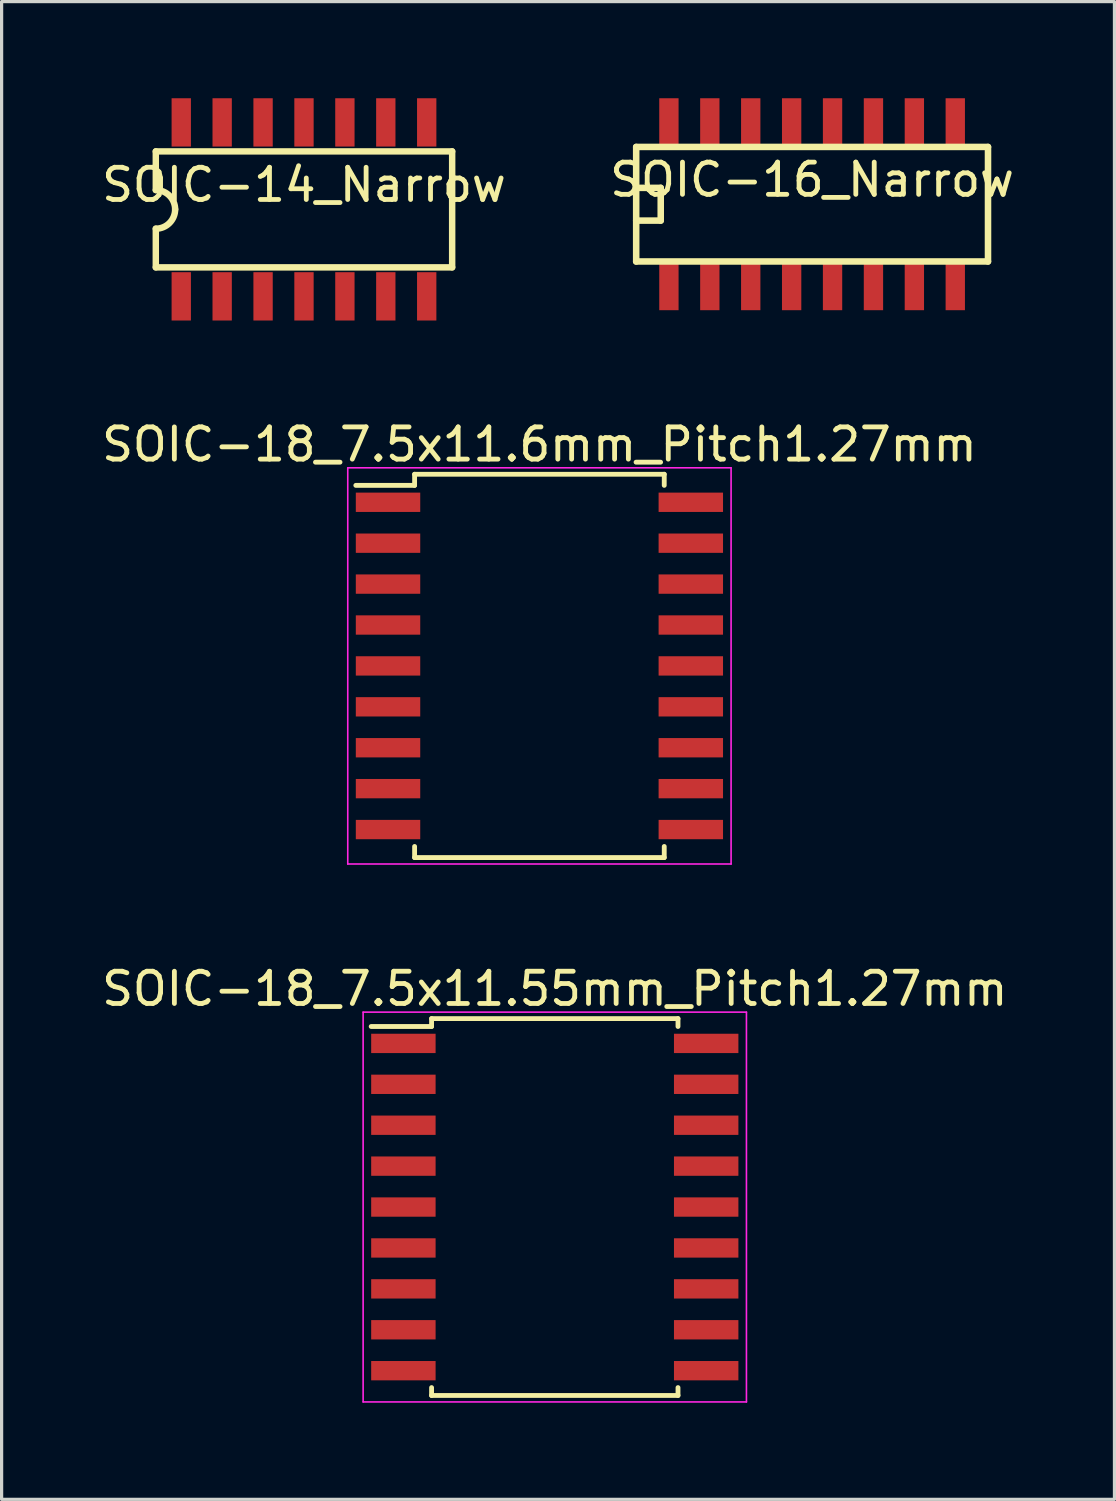
<source format=kicad_pcb>
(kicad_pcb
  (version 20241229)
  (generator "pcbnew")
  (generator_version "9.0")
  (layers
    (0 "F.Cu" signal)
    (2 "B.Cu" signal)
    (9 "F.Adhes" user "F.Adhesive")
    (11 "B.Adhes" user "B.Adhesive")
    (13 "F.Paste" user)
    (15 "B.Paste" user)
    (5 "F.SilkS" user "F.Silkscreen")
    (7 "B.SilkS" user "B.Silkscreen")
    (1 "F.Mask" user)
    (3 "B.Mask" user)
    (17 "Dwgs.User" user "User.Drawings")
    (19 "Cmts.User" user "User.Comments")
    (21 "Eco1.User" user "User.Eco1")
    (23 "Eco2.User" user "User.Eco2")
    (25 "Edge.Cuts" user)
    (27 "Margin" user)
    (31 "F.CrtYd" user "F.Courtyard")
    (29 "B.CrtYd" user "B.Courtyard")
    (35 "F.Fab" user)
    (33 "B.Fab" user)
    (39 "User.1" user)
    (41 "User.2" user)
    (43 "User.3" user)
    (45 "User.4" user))
  (footprint "SOIC-18_7.5x11.6mm_Pitch1.27mm"
    (layer "F.Cu")
    (at 13.696 17.623)
    (property "Reference" "SOIC-18_7.5x11.6mm_Pitch1.27mm" (at 0 -6.875 0) (layer "F.SilkS") (effects (font (size 1 1) (thickness 0.15))))
    (attr smd)
    (fp_line (start -3.875 -5.95) (end -3.875 -5.605) (stroke (width 0.15) (type solid)) (layer "F.SilkS"))
    (fp_line (start -3.875 -5.95) (end 3.875 -5.95) (stroke (width 0.15) (type solid)) (layer "F.SilkS"))
    (fp_line (start -3.875 -5.605) (end -5.7 -5.605) (stroke (width 0.15) (type solid)) (layer "F.SilkS"))
    (fp_line (start -3.875 5.95) (end -3.875 5.605) (stroke (width 0.15) (type solid)) (layer "F.SilkS"))
    (fp_line (start -3.875 5.95) (end 3.875 5.95) (stroke (width 0.15) (type solid)) (layer "F.SilkS"))
    (fp_line (start 3.875 -5.95) (end 3.875 -5.605) (stroke (width 0.15) (type solid)) (layer "F.SilkS"))
    (fp_line (start 3.875 5.95) (end 3.875 5.605) (stroke (width 0.15) (type solid)) (layer "F.SilkS"))
    (fp_line (start -5.95 -6.15) (end -5.95 6.15) (stroke (width 0.05) (type solid)) (layer "F.CrtYd"))
    (fp_line (start -5.95 -6.15) (end 5.95 -6.15) (stroke (width 0.05) (type solid)) (layer "F.CrtYd"))
    (fp_line (start -5.95 6.15) (end 5.95 6.15) (stroke (width 0.05) (type solid)) (layer "F.CrtYd"))
    (fp_line (start 5.95 -6.15) (end 5.95 6.15) (stroke (width 0.05) (type solid)) (layer "F.CrtYd"))
    (pad "1" smd rect (at -4.7 -5.08) (size 2 0.6) (layers "F.Cu" "F.Mask" "F.Paste"))
    (pad "2" smd rect (at -4.7 -3.81) (size 2 0.6) (layers "F.Cu" "F.Mask" "F.Paste"))
    (pad "3" smd rect (at -4.7 -2.54) (size 2 0.6) (layers "F.Cu" "F.Mask" "F.Paste"))
    (pad "4" smd rect (at -4.7 -1.27) (size 2 0.6) (layers "F.Cu" "F.Mask" "F.Paste"))
    (pad "5" smd rect (at -4.7 0) (size 2 0.6) (layers "F.Cu" "F.Mask" "F.Paste"))
    (pad "6" smd rect (at -4.7 1.27) (size 2 0.6) (layers "F.Cu" "F.Mask" "F.Paste"))
    (pad "7" smd rect (at -4.7 2.54) (size 2 0.6) (layers "F.Cu" "F.Mask" "F.Paste"))
    (pad "8" smd rect (at -4.7 3.81) (size 2 0.6) (layers "F.Cu" "F.Mask" "F.Paste"))
    (pad "9" smd rect (at -4.7 5.08) (size 2 0.6) (layers "F.Cu" "F.Mask" "F.Paste"))
    (pad "10" smd rect (at 4.7 5.08) (size 2 0.6) (layers "F.Cu" "F.Mask" "F.Paste"))
    (pad "11" smd rect (at 4.7 3.81) (size 2 0.6) (layers "F.Cu" "F.Mask" "F.Paste"))
    (pad "12" smd rect (at 4.7 2.54) (size 2 0.6) (layers "F.Cu" "F.Mask" "F.Paste"))
    (pad "13" smd rect (at 4.7 1.27) (size 2 0.6) (layers "F.Cu" "F.Mask" "F.Paste"))
    (pad "14" smd rect (at 4.7 0) (size 2 0.6) (layers "F.Cu" "F.Mask" "F.Paste"))
    (pad "15" smd rect (at 4.7 -1.27) (size 2 0.6) (layers "F.Cu" "F.Mask" "F.Paste"))
    (pad "16" smd rect (at 4.7 -2.54) (size 2 0.6) (layers "F.Cu" "F.Mask" "F.Paste"))
    (pad "17" smd rect (at 4.7 -3.81) (size 2 0.6) (layers "F.Cu" "F.Mask" "F.Paste"))
    (pad "18" smd rect (at 4.7 -5.08) (size 2 0.6) (layers "F.Cu" "F.Mask" "F.Paste")))
  (footprint "SOIC-16_Narrow"
    (layer "F.Cu")
    (at 22.161 3.29)
    (property "Reference" "SOIC-16_Narrow" (at 0 -0.762 0) (layer "F.SilkS") (effects (font (size 1 1) (thickness 0.15))))
    (attr smd)
    (fp_line (start -5.461 -1.778) (end 5.461 -1.778) (stroke (width 0.203) (type solid)) (layer "F.SilkS"))
    (fp_line (start -5.461 -0.508) (end -4.699 -0.508) (stroke (width 0.203) (type solid)) (layer "F.SilkS"))
    (fp_line (start -5.461 1.778) (end -5.461 -1.778) (stroke (width 0.203) (type solid)) (layer "F.SilkS"))
    (fp_line (start -4.699 -0.508) (end -4.699 0.508) (stroke (width 0.203) (type solid)) (layer "F.SilkS"))
    (fp_line (start -4.699 0.508) (end -5.461 0.508) (stroke (width 0.203) (type solid)) (layer "F.SilkS"))
    (fp_line (start 5.461 -1.778) (end 5.461 1.778) (stroke (width 0.203) (type solid)) (layer "F.SilkS"))
    (fp_line (start 5.461 1.778) (end -5.461 1.778) (stroke (width 0.203) (type solid)) (layer "F.SilkS"))
    (pad "1" smd rect (at -4.445 2.54) (size 0.6 1.5) (layers "F.Cu" "F.Mask" "F.Paste"))
    (pad "2" smd rect (at -3.175 2.54) (size 0.6 1.5) (layers "F.Cu" "F.Mask" "F.Paste"))
    (pad "3" smd rect (at -1.905 2.54) (size 0.6 1.5) (layers "F.Cu" "F.Mask" "F.Paste"))
    (pad "4" smd rect (at -0.635 2.54) (size 0.6 1.5) (layers "F.Cu" "F.Mask" "F.Paste"))
    (pad "5" smd rect (at 0.635 2.54) (size 0.6 1.5) (layers "F.Cu" "F.Mask" "F.Paste"))
    (pad "6" smd rect (at 1.905 2.54) (size 0.6 1.5) (layers "F.Cu" "F.Mask" "F.Paste"))
    (pad "7" smd rect (at 3.175 2.54) (size 0.6 1.5) (layers "F.Cu" "F.Mask" "F.Paste"))
    (pad "8" smd rect (at 4.445 2.54) (size 0.6 1.5) (layers "F.Cu" "F.Mask" "F.Paste"))
    (pad "9" smd rect (at 4.445 -2.54) (size 0.6 1.5) (layers "F.Cu" "F.Mask" "F.Paste"))
    (pad "10" smd rect (at 3.175 -2.54) (size 0.6 1.5) (layers "F.Cu" "F.Mask" "F.Paste"))
    (pad "11" smd rect (at 1.905 -2.54) (size 0.6 1.5) (layers "F.Cu" "F.Mask" "F.Paste"))
    (pad "12" smd rect (at 0.635 -2.54) (size 0.6 1.5) (layers "F.Cu" "F.Mask" "F.Paste"))
    (pad "13" smd rect (at -0.635 -2.54) (size 0.6 1.5) (layers "F.Cu" "F.Mask" "F.Paste"))
    (pad "14" smd rect (at -1.905 -2.54) (size 0.6 1.5) (layers "F.Cu" "F.Mask" "F.Paste"))
    (pad "15" smd rect (at -3.175 -2.54) (size 0.6 1.5) (layers "F.Cu" "F.Mask" "F.Paste"))
    (pad "16" smd rect (at -4.445 -2.54) (size 0.6 1.5) (layers "F.Cu" "F.Mask" "F.Paste")))
  (footprint "SOIC-18_7.5x11.55mm_Pitch1.27mm"
    (layer "F.Cu")
    (at 14.173 34.422)
    (property "Reference" "SOIC-18_7.5x11.55mm_Pitch1.27mm" (at 0 -6.775 0) (layer "F.SilkS") (effects (font (size 1 1) (thickness 0.15))))
    (attr smd)
    (fp_line (start -3.825 -5.85) (end -3.825 -5.605) (stroke (width 0.15) (type solid)) (layer "F.SilkS"))
    (fp_line (start -3.825 -5.85) (end 3.825 -5.85) (stroke (width 0.15) (type solid)) (layer "F.SilkS"))
    (fp_line (start -3.825 -5.605) (end -5.7 -5.605) (stroke (width 0.15) (type solid)) (layer "F.SilkS"))
    (fp_line (start -3.825 5.85) (end -3.825 5.605) (stroke (width 0.15) (type solid)) (layer "F.SilkS"))
    (fp_line (start -3.825 5.85) (end 3.825 5.85) (stroke (width 0.15) (type solid)) (layer "F.SilkS"))
    (fp_line (start 3.825 -5.85) (end 3.825 -5.605) (stroke (width 0.15) (type solid)) (layer "F.SilkS"))
    (fp_line (start 3.825 5.85) (end 3.825 5.605) (stroke (width 0.15) (type solid)) (layer "F.SilkS"))
    (fp_line (start -5.95 -6.05) (end -5.95 6.05) (stroke (width 0.05) (type solid)) (layer "F.CrtYd"))
    (fp_line (start -5.95 -6.05) (end 5.95 -6.05) (stroke (width 0.05) (type solid)) (layer "F.CrtYd"))
    (fp_line (start -5.95 6.05) (end 5.95 6.05) (stroke (width 0.05) (type solid)) (layer "F.CrtYd"))
    (fp_line (start 5.95 -6.05) (end 5.95 6.05) (stroke (width 0.05) (type solid)) (layer "F.CrtYd"))
    (pad "1" smd rect (at -4.7 -5.08) (size 2 0.6) (layers "F.Cu" "F.Mask" "F.Paste"))
    (pad "2" smd rect (at -4.7 -3.81) (size 2 0.6) (layers "F.Cu" "F.Mask" "F.Paste"))
    (pad "3" smd rect (at -4.7 -2.54) (size 2 0.6) (layers "F.Cu" "F.Mask" "F.Paste"))
    (pad "4" smd rect (at -4.7 -1.27) (size 2 0.6) (layers "F.Cu" "F.Mask" "F.Paste"))
    (pad "5" smd rect (at -4.7 0) (size 2 0.6) (layers "F.Cu" "F.Mask" "F.Paste"))
    (pad "6" smd rect (at -4.7 1.27) (size 2 0.6) (layers "F.Cu" "F.Mask" "F.Paste"))
    (pad "7" smd rect (at -4.7 2.54) (size 2 0.6) (layers "F.Cu" "F.Mask" "F.Paste"))
    (pad "8" smd rect (at -4.7 3.81) (size 2 0.6) (layers "F.Cu" "F.Mask" "F.Paste"))
    (pad "9" smd rect (at -4.7 5.08) (size 2 0.6) (layers "F.Cu" "F.Mask" "F.Paste"))
    (pad "10" smd rect (at 4.7 5.08) (size 2 0.6) (layers "F.Cu" "F.Mask" "F.Paste"))
    (pad "11" smd rect (at 4.7 3.81) (size 2 0.6) (layers "F.Cu" "F.Mask" "F.Paste"))
    (pad "12" smd rect (at 4.7 2.54) (size 2 0.6) (layers "F.Cu" "F.Mask" "F.Paste"))
    (pad "13" smd rect (at 4.7 1.27) (size 2 0.6) (layers "F.Cu" "F.Mask" "F.Paste"))
    (pad "14" smd rect (at 4.7 0) (size 2 0.6) (layers "F.Cu" "F.Mask" "F.Paste"))
    (pad "15" smd rect (at 4.7 -1.27) (size 2 0.6) (layers "F.Cu" "F.Mask" "F.Paste"))
    (pad "16" smd rect (at 4.7 -2.54) (size 2 0.6) (layers "F.Cu" "F.Mask" "F.Paste"))
    (pad "17" smd rect (at 4.7 -3.81) (size 2 0.6) (layers "F.Cu" "F.Mask" "F.Paste"))
    (pad "18" smd rect (at 4.7 -5.08) (size 2 0.6) (layers "F.Cu" "F.Mask" "F.Paste")))
  (footprint "SOIC-14_Narrow"
    (layer "F.Cu")
    (at 6.387 3.45)
    (property "Reference" "SOIC-14_Narrow" (at 0 -0.762 0) (layer "F.SilkS") (effects (font (size 1 1) (thickness 0.15))))
    (attr smd)
    (fp_line (start -4.6 -1.8) (end -4.6 -0.6) (stroke (width 0.2) (type solid)) (layer "F.SilkS"))
    (fp_line (start -4.6 -1.8) (end 4.6 -1.8) (stroke (width 0.2) (type solid)) (layer "F.SilkS"))
    (fp_line (start -4.6 0.6) (end -4.6 1.8) (stroke (width 0.2) (type solid)) (layer "F.SilkS"))
    (fp_line (start 4.6 -1.8) (end 4.6 1.8) (stroke (width 0.2) (type solid)) (layer "F.SilkS"))
    (fp_line (start 4.6 1.8) (end -4.6 1.8) (stroke (width 0.2) (type solid)) (layer "F.SilkS"))
    (fp_arc (start -4.6 -0.6) (mid -4.175736 -0.424264) (end -4 0) (stroke (width 0.2) (type solid)) (layer "F.SilkS"))
    (fp_arc (start -4 0) (mid -4.175736 0.424264) (end -4.6 0.6) (stroke (width 0.2) (type solid)) (layer "F.SilkS"))
    (pad "1" smd rect (at -3.81 2.7) (size 0.6 1.5) (layers "F.Cu" "F.Mask" "F.Paste"))
    (pad "2" smd rect (at -2.54 2.7) (size 0.6 1.5) (layers "F.Cu" "F.Mask" "F.Paste"))
    (pad "3" smd rect (at -1.27 2.7) (size 0.6 1.5) (layers "F.Cu" "F.Mask" "F.Paste"))
    (pad "4" smd rect (at 0 2.7) (size 0.6 1.5) (layers "F.Cu" "F.Mask" "F.Paste"))
    (pad "5" smd rect (at 1.27 2.7) (size 0.6 1.5) (layers "F.Cu" "F.Mask" "F.Paste"))
    (pad "6" smd rect (at 2.54 2.7) (size 0.6 1.5) (layers "F.Cu" "F.Mask" "F.Paste"))
    (pad "7" smd rect (at 3.81 2.7) (size 0.6 1.5) (layers "F.Cu" "F.Mask" "F.Paste"))
    (pad "8" smd rect (at 3.81 -2.7) (size 0.6 1.5) (layers "F.Cu" "F.Mask" "F.Paste"))
    (pad "9" smd rect (at 2.54 -2.7) (size 0.6 1.5) (layers "F.Cu" "F.Mask" "F.Paste"))
    (pad "10" smd rect (at 1.27 -2.7) (size 0.6 1.5) (layers "F.Cu" "F.Mask" "F.Paste"))
    (pad "11" smd rect (at 0 -2.7) (size 0.6 1.5) (layers "F.Cu" "F.Mask" "F.Paste"))
    (pad "12" smd rect (at -1.27 -2.7) (size 0.6 1.5) (layers "F.Cu" "F.Mask" "F.Paste"))
    (pad "13" smd rect (at -2.54 -2.7) (size 0.6 1.5) (layers "F.Cu" "F.Mask" "F.Paste"))
    (pad "14" smd rect (at -3.81 -2.7) (size 0.6 1.5) (layers "F.Cu" "F.Mask" "F.Paste")))
  (gr_rect
    (start -3 -3)
    (end 31.548 43.496)
    (stroke (width 0.1) (type default))
    (fill no)
    (layer "Edge.Cuts")))
</source>
